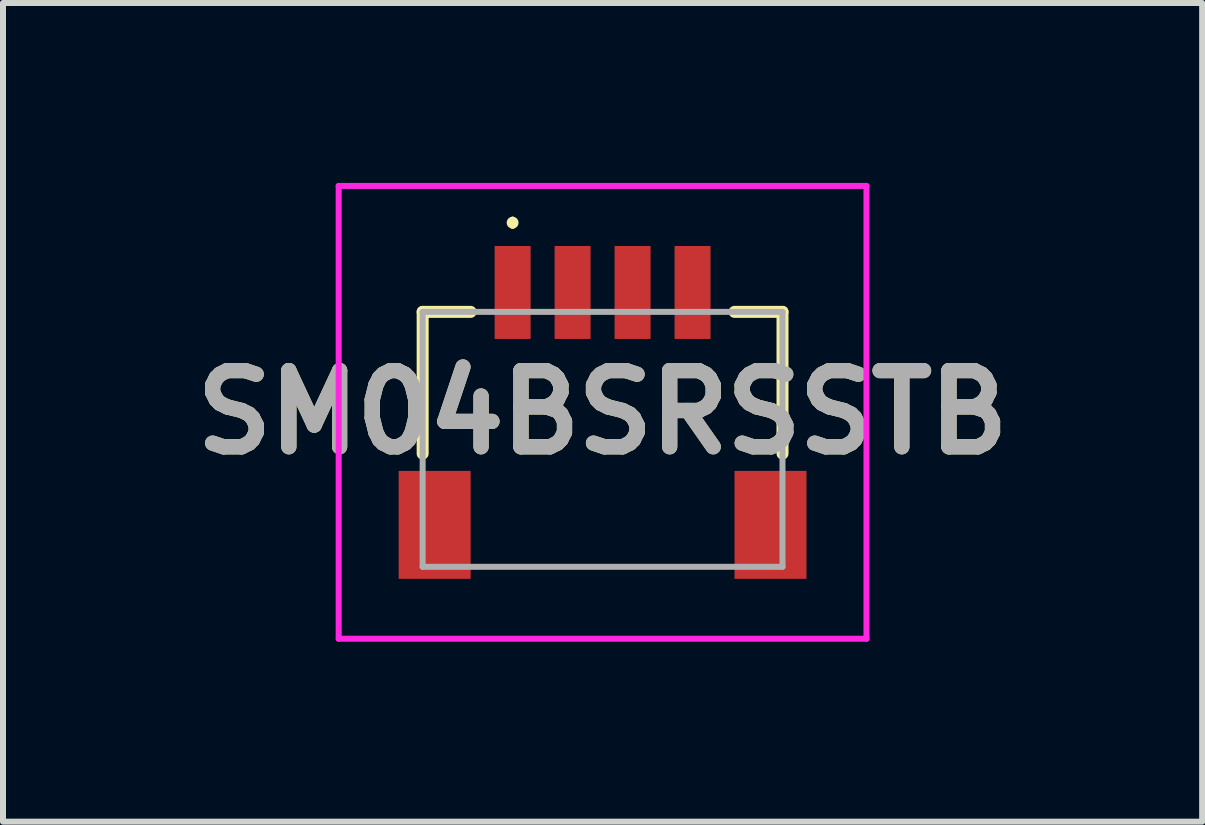
<source format=kicad_pcb>
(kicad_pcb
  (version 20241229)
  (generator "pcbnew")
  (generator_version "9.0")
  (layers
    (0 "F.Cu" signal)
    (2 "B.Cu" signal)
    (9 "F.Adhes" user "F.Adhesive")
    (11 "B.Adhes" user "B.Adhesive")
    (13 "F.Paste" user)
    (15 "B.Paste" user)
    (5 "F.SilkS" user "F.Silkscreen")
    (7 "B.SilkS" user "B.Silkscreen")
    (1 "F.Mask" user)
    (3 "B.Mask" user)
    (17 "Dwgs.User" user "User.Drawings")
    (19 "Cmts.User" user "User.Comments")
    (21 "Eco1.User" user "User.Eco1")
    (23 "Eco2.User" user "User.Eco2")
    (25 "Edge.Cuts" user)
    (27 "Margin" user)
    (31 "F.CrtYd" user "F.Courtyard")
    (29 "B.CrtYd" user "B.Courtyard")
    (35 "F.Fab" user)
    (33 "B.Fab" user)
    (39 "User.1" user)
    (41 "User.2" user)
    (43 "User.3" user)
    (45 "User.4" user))
  (footprint "SM04BSRSSTB"
    (layer "F.Cu")
    (at 6.997 4.113)
    (property "Reference" "SM04BSRSSTB" (at 0 -0.288 0) (layer "F.SilkS") (effects (font (size 1.27 1.27) (thickness 0.254))))
    (attr smd)
    (fp_line (start -3 -1.963) (end -2.2 -1.963) (stroke (width 0.2) (type solid)) (layer "F.SilkS"))
    (fp_line (start -3 0.4) (end -3 -1.963) (stroke (width 0.2) (type solid)) (layer "F.SilkS"))
    (fp_line (start -1.5 -3.5) (end -1.5 -3.5) (stroke (width 0.1) (type solid)) (layer "F.SilkS"))
    (fp_line (start -1.5 -3.4) (end -1.5 -3.4) (stroke (width 0.1) (type solid)) (layer "F.SilkS"))
    (fp_line (start 3 -1.963) (end 2.2 -1.963) (stroke (width 0.2) (type solid)) (layer "F.SilkS"))
    (fp_line (start 3 0.4) (end 3 -1.963) (stroke (width 0.2) (type solid)) (layer "F.SilkS"))
    (fp_arc (start -1.5 -3.5) (mid -1.45 -3.45) (end -1.5 -3.4) (stroke (width 0.1) (type solid)) (layer "F.SilkS"))
    (fp_arc (start -1.5 -3.4) (mid -1.55 -3.45) (end -1.5 -3.5) (stroke (width 0.1) (type solid)) (layer "F.SilkS"))
    (fp_line (start -4.4 -4.063) (end 4.4 -4.063) (stroke (width 0.1) (type solid)) (layer "F.CrtYd"))
    (fp_line (start -4.4 3.487) (end -4.4 -4.063) (stroke (width 0.1) (type solid)) (layer "F.CrtYd"))
    (fp_line (start 4.4 -4.063) (end 4.4 3.487) (stroke (width 0.1) (type solid)) (layer "F.CrtYd"))
    (fp_line (start 4.4 3.487) (end -4.4 3.487) (stroke (width 0.1) (type solid)) (layer "F.CrtYd"))
    (fp_line (start -3 -1.963) (end 3 -1.963) (stroke (width 0.1) (type solid)) (layer "F.Fab"))
    (fp_line (start -3 2.287) (end -3 -1.963) (stroke (width 0.1) (type solid)) (layer "F.Fab"))
    (fp_line (start 3 -1.963) (end 3 2.287) (stroke (width 0.1) (type solid)) (layer "F.Fab"))
    (fp_line (start 3 2.287) (end -3 2.287) (stroke (width 0.1) (type solid)) (layer "F.Fab"))
    (fp_text user "${REFERENCE}" (at 0 -0.288 0) (layer "F.Fab") (effects (font (size 1.27 1.27) (thickness 0.254))))
    (pad "1" smd rect (at -1.5 -2.287) (size 0.6 1.55) (layers "F.Cu" "F.Mask" "F.Paste"))
    (pad "2" smd rect (at -0.5 -2.287) (size 0.6 1.55) (layers "F.Cu" "F.Mask" "F.Paste"))
    (pad "3" smd rect (at 0.5 -2.287) (size 0.6 1.55) (layers "F.Cu" "F.Mask" "F.Paste"))
    (pad "4" smd rect (at 1.5 -2.287) (size 0.6 1.55) (layers "F.Cu" "F.Mask" "F.Paste"))
    (pad "MP1" smd rect (at -2.8 1.588) (size 1.2 1.8) (layers "F.Cu" "F.Mask" "F.Paste"))
    (pad "MP2" smd rect (at 2.8 1.588) (size 1.2 1.8) (layers "F.Cu" "F.Mask" "F.Paste")))
  (gr_rect
    (start -3 -3)
    (end 16.994 10.65)
    (stroke (width 0.1) (type default))
    (fill no)
    (layer "Edge.Cuts")))
</source>
